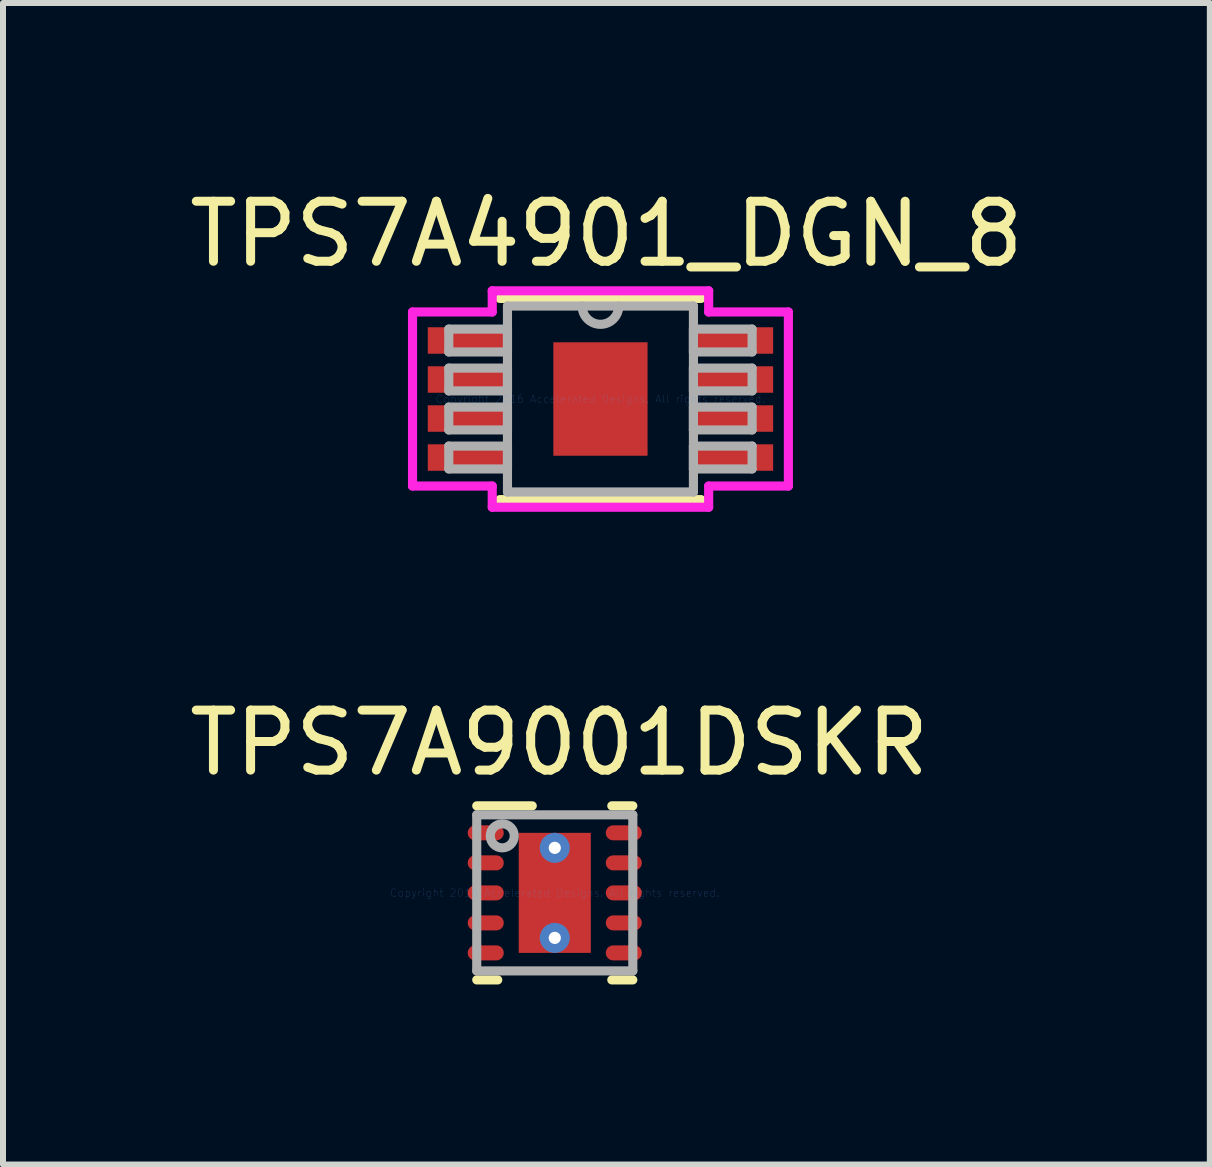
<source format=kicad_pcb>
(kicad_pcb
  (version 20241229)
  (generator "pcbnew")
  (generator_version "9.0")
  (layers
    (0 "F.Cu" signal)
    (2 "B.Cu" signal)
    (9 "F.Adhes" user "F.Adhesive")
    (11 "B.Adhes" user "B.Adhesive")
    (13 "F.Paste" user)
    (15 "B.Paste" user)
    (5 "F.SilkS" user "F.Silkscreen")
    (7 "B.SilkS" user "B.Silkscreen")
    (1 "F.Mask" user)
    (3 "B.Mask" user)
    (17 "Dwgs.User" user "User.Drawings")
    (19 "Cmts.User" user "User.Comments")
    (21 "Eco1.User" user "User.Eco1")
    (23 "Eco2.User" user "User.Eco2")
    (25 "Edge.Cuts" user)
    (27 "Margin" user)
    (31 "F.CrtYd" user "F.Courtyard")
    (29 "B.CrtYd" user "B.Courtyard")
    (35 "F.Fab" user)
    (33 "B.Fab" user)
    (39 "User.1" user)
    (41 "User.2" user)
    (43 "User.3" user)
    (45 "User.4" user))
  (footprint "TPS7A4901_DGN_8"
    (layer "F.Cu")
    (at 6.954 3.598)
    (property "Reference" "TPS7A4901_DGN_8" (at 0.1 -2.75 0) (layer "F.SilkS") (effects (font (size 1 1) (thickness 0.15))))
    (attr through_hole)
    (fp_line (start -1.676 1.676) (end 1.676 1.676) (stroke (width 0.152) (type solid)) (layer "F.SilkS"))
    (fp_line (start 1.676 -1.676) (end -1.676 -1.676) (stroke (width 0.152) (type solid)) (layer "F.SilkS"))
    (fp_line (start -0.785 -0.945) (end -0.785 0.945) (stroke (width 0.152) (type solid)) (layer "F.Paste"))
    (fp_line (start -0.785 0.945) (end 0.785 0.945) (stroke (width 0.152) (type solid)) (layer "F.Paste"))
    (fp_line (start 0.785 -0.945) (end -0.785 -0.945) (stroke (width 0.152) (type solid)) (layer "F.Paste"))
    (fp_line (start 0.785 0.945) (end 0.785 -0.945) (stroke (width 0.152) (type solid)) (layer "F.Paste"))
    (fp_line (start -3.131 -1.45) (end -1.803 -1.45) (stroke (width 0.152) (type solid)) (layer "F.CrtYd"))
    (fp_line (start -3.131 1.45) (end -3.131 -1.45) (stroke (width 0.152) (type solid)) (layer "F.CrtYd"))
    (fp_line (start -1.803 -1.803) (end 1.803 -1.803) (stroke (width 0.152) (type solid)) (layer "F.CrtYd"))
    (fp_line (start -1.803 -1.45) (end -1.803 -1.803) (stroke (width 0.152) (type solid)) (layer "F.CrtYd"))
    (fp_line (start -1.803 1.45) (end -3.131 1.45) (stroke (width 0.152) (type solid)) (layer "F.CrtYd"))
    (fp_line (start -1.803 1.803) (end -1.803 1.45) (stroke (width 0.152) (type solid)) (layer "F.CrtYd"))
    (fp_line (start 1.803 -1.803) (end 1.803 -1.45) (stroke (width 0.152) (type solid)) (layer "F.CrtYd"))
    (fp_line (start 1.803 -1.45) (end 3.131 -1.45) (stroke (width 0.152) (type solid)) (layer "F.CrtYd"))
    (fp_line (start 1.803 1.45) (end 1.803 1.803) (stroke (width 0.152) (type solid)) (layer "F.CrtYd"))
    (fp_line (start 1.803 1.803) (end -1.803 1.803) (stroke (width 0.152) (type solid)) (layer "F.CrtYd"))
    (fp_line (start 3.131 -1.45) (end 3.131 1.45) (stroke (width 0.152) (type solid)) (layer "F.CrtYd"))
    (fp_line (start 3.131 1.45) (end 1.803 1.45) (stroke (width 0.152) (type solid)) (layer "F.CrtYd"))
    (fp_line (start -2.527 -1.165) (end -2.527 -0.784) (stroke (width 0.152) (type solid)) (layer "F.Fab"))
    (fp_line (start -2.527 -0.784) (end -1.549 -0.784) (stroke (width 0.152) (type solid)) (layer "F.Fab"))
    (fp_line (start -2.527 -0.515) (end -2.527 -0.135) (stroke (width 0.152) (type solid)) (layer "F.Fab"))
    (fp_line (start -2.527 -0.135) (end -1.549 -0.135) (stroke (width 0.152) (type solid)) (layer "F.Fab"))
    (fp_line (start -2.527 0.135) (end -2.527 0.515) (stroke (width 0.152) (type solid)) (layer "F.Fab"))
    (fp_line (start -2.527 0.515) (end -1.549 0.515) (stroke (width 0.152) (type solid)) (layer "F.Fab"))
    (fp_line (start -2.527 0.784) (end -2.527 1.165) (stroke (width 0.152) (type solid)) (layer "F.Fab"))
    (fp_line (start -2.527 1.165) (end -1.549 1.165) (stroke (width 0.152) (type solid)) (layer "F.Fab"))
    (fp_line (start -1.549 -1.549) (end -1.549 1.549) (stroke (width 0.152) (type solid)) (layer "F.Fab"))
    (fp_line (start -1.549 -1.165) (end -2.527 -1.165) (stroke (width 0.152) (type solid)) (layer "F.Fab"))
    (fp_line (start -1.549 -0.784) (end -1.549 -1.165) (stroke (width 0.152) (type solid)) (layer "F.Fab"))
    (fp_line (start -1.549 -0.515) (end -2.527 -0.515) (stroke (width 0.152) (type solid)) (layer "F.Fab"))
    (fp_line (start -1.549 -0.135) (end -1.549 -0.515) (stroke (width 0.152) (type solid)) (layer "F.Fab"))
    (fp_line (start -1.549 0.135) (end -2.527 0.135) (stroke (width 0.152) (type solid)) (layer "F.Fab"))
    (fp_line (start -1.549 0.515) (end -1.549 0.135) (stroke (width 0.152) (type solid)) (layer "F.Fab"))
    (fp_line (start -1.549 0.784) (end -2.527 0.784) (stroke (width 0.152) (type solid)) (layer "F.Fab"))
    (fp_line (start -1.549 1.165) (end -1.549 0.784) (stroke (width 0.152) (type solid)) (layer "F.Fab"))
    (fp_line (start -1.549 1.549) (end 1.549 1.549) (stroke (width 0.152) (type solid)) (layer "F.Fab"))
    (fp_line (start 1.549 -1.549) (end -1.549 -1.549) (stroke (width 0.152) (type solid)) (layer "F.Fab"))
    (fp_line (start 1.549 -1.165) (end 1.549 -0.784) (stroke (width 0.152) (type solid)) (layer "F.Fab"))
    (fp_line (start 1.549 -0.784) (end 2.527 -0.784) (stroke (width 0.152) (type solid)) (layer "F.Fab"))
    (fp_line (start 1.549 -0.515) (end 1.549 -0.135) (stroke (width 0.152) (type solid)) (layer "F.Fab"))
    (fp_line (start 1.549 -0.135) (end 2.527 -0.135) (stroke (width 0.152) (type solid)) (layer "F.Fab"))
    (fp_line (start 1.549 0.135) (end 1.549 0.515) (stroke (width 0.152) (type solid)) (layer "F.Fab"))
    (fp_line (start 1.549 0.515) (end 2.527 0.515) (stroke (width 0.152) (type solid)) (layer "F.Fab"))
    (fp_line (start 1.549 0.784) (end 1.549 1.165) (stroke (width 0.152) (type solid)) (layer "F.Fab"))
    (fp_line (start 1.549 1.165) (end 2.527 1.165) (stroke (width 0.152) (type solid)) (layer "F.Fab"))
    (fp_line (start 1.549 1.549) (end 1.549 -1.549) (stroke (width 0.152) (type solid)) (layer "F.Fab"))
    (fp_line (start 2.527 -1.165) (end 1.549 -1.165) (stroke (width 0.152) (type solid)) (layer "F.Fab"))
    (fp_line (start 2.527 -0.784) (end 2.527 -1.165) (stroke (width 0.152) (type solid)) (layer "F.Fab"))
    (fp_line (start 2.527 -0.515) (end 1.549 -0.515) (stroke (width 0.152) (type solid)) (layer "F.Fab"))
    (fp_line (start 2.527 -0.135) (end 2.527 -0.515) (stroke (width 0.152) (type solid)) (layer "F.Fab"))
    (fp_line (start 2.527 0.135) (end 1.549 0.135) (stroke (width 0.152) (type solid)) (layer "F.Fab"))
    (fp_line (start 2.527 0.515) (end 2.527 0.135) (stroke (width 0.152) (type solid)) (layer "F.Fab"))
    (fp_line (start 2.527 0.784) (end 1.549 0.784) (stroke (width 0.152) (type solid)) (layer "F.Fab"))
    (fp_line (start 2.527 1.165) (end 2.527 0.784) (stroke (width 0.152) (type solid)) (layer "F.Fab"))
    (fp_arc (start 0.3048 -1.5494) (mid 0 -1.2446) (end -0.3048 -1.5494) (stroke (width 0.1524) (type solid)) (layer "F.Fab"))
    (fp_text user "Copyright 2016 Accelerated Designs. All rights reserved." (at 0 0 0) (layer "Cmts.User") (effects (font (size 0.127 0.127) (thickness 0.002))))
    (pad "1" smd rect (at -2.213 -0.975) (size 1.328 0.441) (layers "F.Cu" "F.Mask" "F.Paste"))
    (pad "2" smd rect (at -2.213 -0.325) (size 1.328 0.441) (layers "F.Cu" "F.Mask" "F.Paste"))
    (pad "3" smd rect (at -2.213 0.325) (size 1.328 0.441) (layers "F.Cu" "F.Mask" "F.Paste"))
    (pad "4" smd rect (at -2.213 0.975) (size 1.328 0.441) (layers "F.Cu" "F.Mask" "F.Paste"))
    (pad "5" smd rect (at 2.213 0.975) (size 1.328 0.441) (layers "F.Cu" "F.Mask" "F.Paste"))
    (pad "6" smd rect (at 2.213 0.325) (size 1.328 0.441) (layers "F.Cu" "F.Mask" "F.Paste"))
    (pad "7" smd rect (at 2.213 -0.325) (size 1.328 0.441) (layers "F.Cu" "F.Mask" "F.Paste"))
    (pad "8" smd rect (at 2.213 -0.975) (size 1.328 0.441) (layers "F.Cu" "F.Mask" "F.Paste"))
    (pad "EPAD" smd rect (at 0 0) (size 1.57 1.89) (layers "F.Cu" "F.Mask" "F.Paste")))
  (footprint "TPS7A9001DSKR"
    (layer "F.Cu")
    (at 6.193 11.826)
    (property "Reference" "TPS7A9001DSKR" (at 0.075 -2.5 0) (layer "F.SilkS") (effects (font (size 1 1) (thickness 0.15))))
    (attr through_hole)
    (fp_line (start -0.663 -1.064) (end -0.2 -1.064) (stroke (width 0.152) (type solid)) (layer "F.Mask"))
    (fp_line (start -0.663 -1.064) (end 0.663 -1.064) (stroke (width 0.152) (type solid)) (layer "F.Mask"))
    (fp_line (start -0.663 -0.594) (end -0.663 -1.064) (stroke (width 0.152) (type solid)) (layer "F.Mask"))
    (fp_line (start -0.663 -0.194) (end 0.663 -0.194) (stroke (width 0.152) (type solid)) (layer "F.Mask"))
    (fp_line (start -0.663 0.194) (end -0.663 -0.194) (stroke (width 0.152) (type solid)) (layer "F.Mask"))
    (fp_line (start -0.663 0.594) (end 0.663 0.594) (stroke (width 0.152) (type solid)) (layer "F.Mask"))
    (fp_line (start -0.663 1.064) (end -0.663 -1.064) (stroke (width 0.152) (type solid)) (layer "F.Mask"))
    (fp_line (start -0.663 1.064) (end -0.663 0.594) (stroke (width 0.152) (type solid)) (layer "F.Mask"))
    (fp_line (start -0.2 -1.064) (end -0.2 1.064) (stroke (width 0.152) (type solid)) (layer "F.Mask"))
    (fp_line (start -0.2 1.064) (end -0.663 1.064) (stroke (width 0.152) (type solid)) (layer "F.Mask"))
    (fp_line (start 0 -1) (end 0 -1) (stroke (width 0.152) (type solid)) (layer "F.Mask"))
    (fp_line (start 0 -1) (end 0 -1) (stroke (width 0.152) (type solid)) (layer "F.Mask"))
    (fp_line (start 0 -1) (end 0 -1) (stroke (width 0.152) (type solid)) (layer "F.Mask"))
    (fp_line (start 0 -1) (end 0 -1) (stroke (width 0.152) (type solid)) (layer "F.Mask"))
    (fp_line (start 0 -1) (end 0 -1) (stroke (width 0.152) (type solid)) (layer "F.Mask"))
    (fp_line (start 0 -1) (end 0 -1) (stroke (width 0.152) (type solid)) (layer "F.Mask"))
    (fp_line (start 0 -1) (end 0 -1) (stroke (width 0.152) (type solid)) (layer "F.Mask"))
    (fp_line (start 0 -1) (end 0 -1) (stroke (width 0.152) (type solid)) (layer "F.Mask"))
    (fp_line (start 0 1) (end 0 1) (stroke (width 0.152) (type solid)) (layer "F.Mask"))
    (fp_line (start 0 1) (end 0 1) (stroke (width 0.152) (type solid)) (layer "F.Mask"))
    (fp_line (start 0 1) (end 0 1) (stroke (width 0.152) (type solid)) (layer "F.Mask"))
    (fp_line (start 0 1) (end 0 1) (stroke (width 0.152) (type solid)) (layer "F.Mask"))
    (fp_line (start 0 1) (end 0 1) (stroke (width 0.152) (type solid)) (layer "F.Mask"))
    (fp_line (start 0 1) (end 0 1) (stroke (width 0.152) (type solid)) (layer "F.Mask"))
    (fp_line (start 0 1) (end 0 1) (stroke (width 0.152) (type solid)) (layer "F.Mask"))
    (fp_line (start 0 1) (end 0 1) (stroke (width 0.152) (type solid)) (layer "F.Mask"))
    (fp_line (start 0.2 -1.064) (end 0.663 -1.064) (stroke (width 0.152) (type solid)) (layer "F.Mask"))
    (fp_line (start 0.2 1.064) (end 0.2 -1.064) (stroke (width 0.152) (type solid)) (layer "F.Mask"))
    (fp_line (start 0.663 -1.064) (end 0.663 -0.594) (stroke (width 0.152) (type solid)) (layer "F.Mask"))
    (fp_line (start 0.663 -1.064) (end 0.663 1.064) (stroke (width 0.152) (type solid)) (layer "F.Mask"))
    (fp_line (start 0.663 -0.594) (end -0.663 -0.594) (stroke (width 0.152) (type solid)) (layer "F.Mask"))
    (fp_line (start 0.663 -0.194) (end 0.663 0.194) (stroke (width 0.152) (type solid)) (layer "F.Mask"))
    (fp_line (start 0.663 0.194) (end -0.663 0.194) (stroke (width 0.152) (type solid)) (layer "F.Mask"))
    (fp_line (start 0.663 0.594) (end 0.663 1.064) (stroke (width 0.152) (type solid)) (layer "F.Mask"))
    (fp_line (start 0.663 1.064) (end -0.663 1.064) (stroke (width 0.152) (type solid)) (layer "F.Mask"))
    (fp_line (start 0.663 1.064) (end 0.2 1.064) (stroke (width 0.152) (type solid)) (layer "F.Mask"))
    (fp_line (start -1.3 -1.45) (end -0.375 -1.45) (stroke (width 0.152) (type solid)) (layer "F.SilkS"))
    (fp_line (start -1.3 1.45) (end -0.95 1.45) (stroke (width 0.152) (type solid)) (layer "F.SilkS"))
    (fp_line (start 0.95 -1.45) (end 1.3 -1.45) (stroke (width 0.152) (type solid)) (layer "F.SilkS"))
    (fp_line (start 0.95 1.45) (end 1.3 1.45) (stroke (width 0.152) (type solid)) (layer "F.SilkS"))
    (fp_line (start -0.563 -0.895) (end -0.563 0.894) (stroke (width 0.152) (type solid)) (layer "F.Paste"))
    (fp_line (start -0.563 0.894) (end 0.563 0.894) (stroke (width 0.152) (type solid)) (layer "F.Paste"))
    (fp_line (start 0.563 -0.895) (end -0.563 -0.895) (stroke (width 0.152) (type solid)) (layer "F.Paste"))
    (fp_line (start 0.563 0.894) (end 0.563 -0.895) (stroke (width 0.152) (type solid)) (layer "F.Paste"))
    (fp_line (start -1.3 -1.3) (end 1.3 -1.3) (stroke (width 0.152) (type solid)) (layer "F.Fab"))
    (fp_line (start -1.3 1.3) (end -1.3 -1.3) (stroke (width 0.152) (type solid)) (layer "F.Fab"))
    (fp_line (start -1.3 1.3) (end 1.3 1.3) (stroke (width 0.152) (type solid)) (layer "F.Fab"))
    (fp_line (start 1.3 1.3) (end 1.3 -1.3) (stroke (width 0.152) (type solid)) (layer "F.Fab"))
    (fp_circle (center -0.875 -0.95) (end -0.675 -0.95) (stroke (width 0.152) (type solid)) (fill no) (layer "F.Fab"))
    (fp_text user "Copyright 2016 Accelerated Designs. All rights reserved." (at 0 0 0) (layer "Cmts.User") (effects (font (size 0.127 0.127) (thickness 0.002))))
    (pad "1" smd oval (at -1.15 -1 90) (size 0.25 0.6) (layers "F.Cu" "F.Mask" "F.Paste"))
    (pad "2" smd oval (at -1.15 -0.5 90) (size 0.25 0.6) (layers "F.Cu" "F.Mask" "F.Paste"))
    (pad "3" smd oval (at -1.15 -0.000003 90) (size 0.25 0.6) (layers "F.Cu" "F.Mask" "F.Paste"))
    (pad "4" smd oval (at -1.15 0.5 90) (size 0.25 0.6) (layers "F.Cu" "F.Mask" "F.Paste"))
    (pad "5" smd oval (at -1.15 1 90) (size 0.25 0.6) (layers "F.Cu" "F.Mask" "F.Paste"))
    (pad "6" smd oval (at 1.15 1 90) (size 0.25 0.6) (layers "F.Cu" "F.Mask" "F.Paste"))
    (pad "7" smd oval (at 1.15 0.5 90) (size 0.25 0.6) (layers "F.Cu" "F.Mask" "F.Paste"))
    (pad "8" smd oval (at 1.15 -0.000003 90) (size 0.25 0.6) (layers "F.Cu" "F.Mask" "F.Paste"))
    (pad "9" smd oval (at 1.15 -0.5 90) (size 0.25 0.6) (layers "F.Cu" "F.Mask" "F.Paste"))
    (pad "10" smd oval (at 1.15 -1 90) (size 0.25 0.6) (layers "F.Cu" "F.Mask" "F.Paste"))
    (pad "11" smd rect (at 0 0) (size 1.2 2) (layers "F.Cu" "F.Mask" "F.Paste"))
    (pad "V" thru_hole circle (at 0 -0.75) (size 0.5 0.5) (drill 0.203) (layers "*.Cu" "*.Mask"))
    (pad "V" thru_hole circle (at 0 0.75) (size 0.5 0.5) (drill 0.203) (layers "*.Cu" "*.Mask")))
  (gr_rect
    (start -3 -3)
    (end 17.107 16.352)
    (stroke (width 0.1) (type default))
    (fill no)
    (layer "Edge.Cuts")))
</source>
